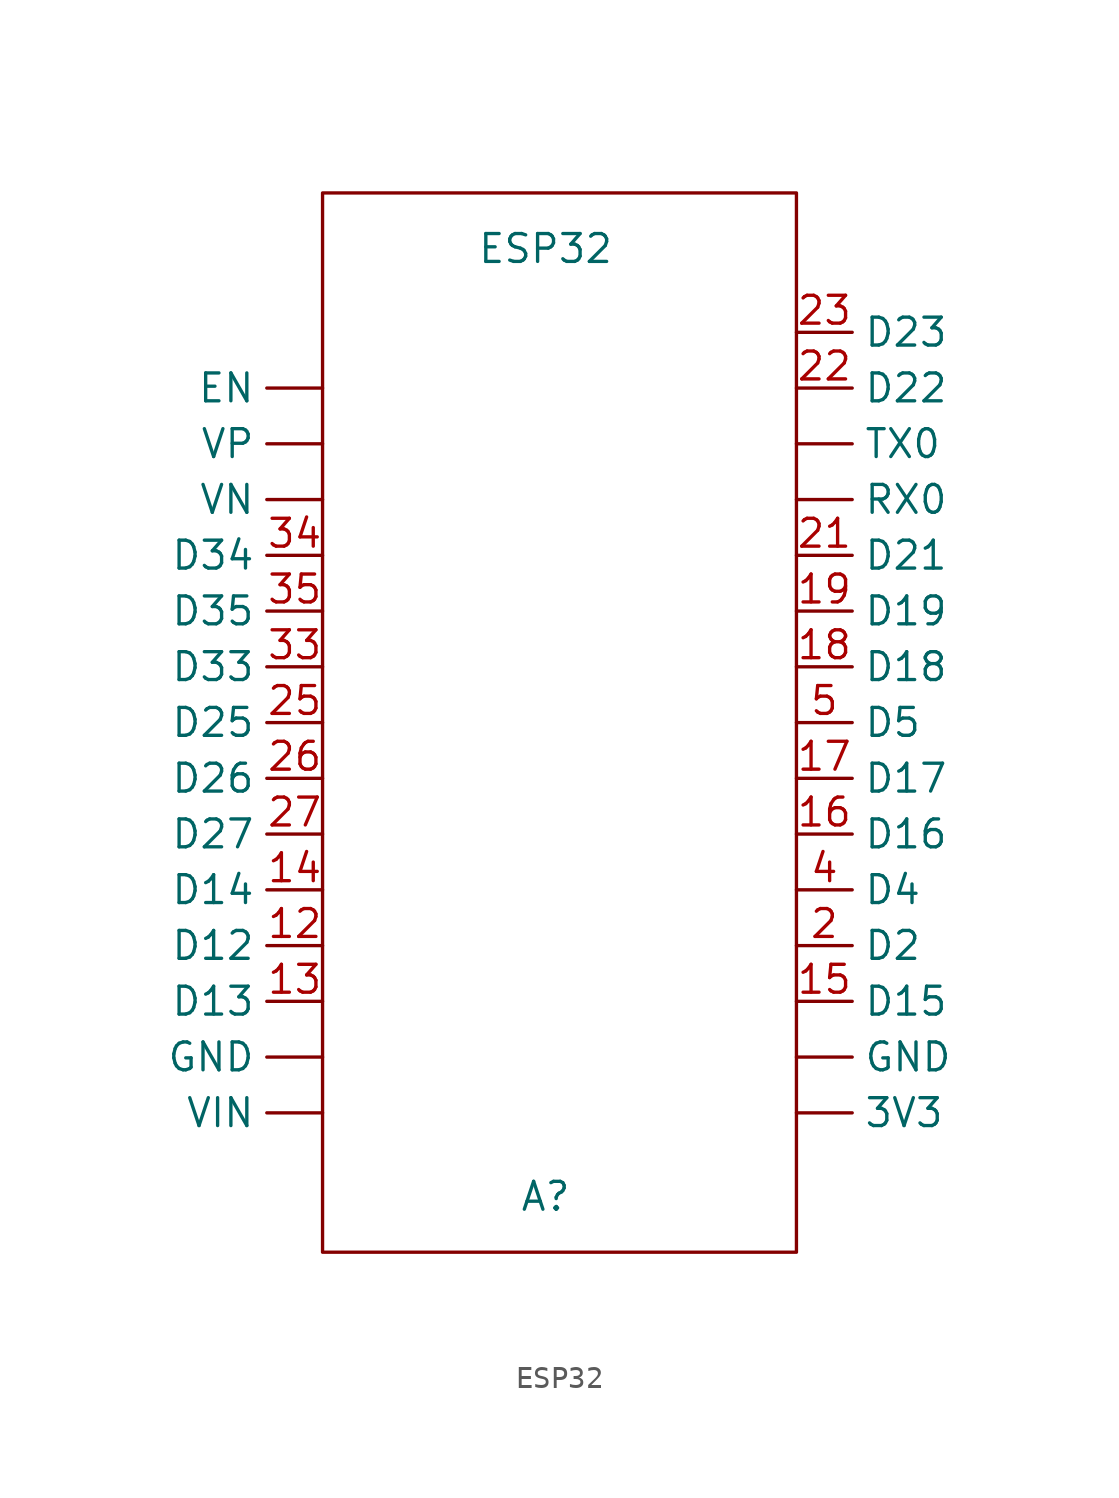
<source format=kicad_sym>
(kicad_symbol_lib
  (version 20211014)
  (generator kicad_symbol_editor)
  (symbol "ESP32"
    (property "Reference" "A"
      (at 0 -12.7 0)
      (effects (font (size 1.27 1.27))))
    (property "Value" "ESP32"
      (at 0 30.48 0)
      (effects (font (size 1.27 1.27))))
    (symbol "ESP32_0_1"
      (rectangle (start -10.16 33.02) (end 11.43 -15.24) (stroke (width 0) (type default) (color 0 0 0 0)) (fill (type none))))
    (symbol "ESP32_1_1"
      (pin output line (at 11.43 -8.89 0) (length 2.54) (name "3V3" (effects (font (size 1.27 1.27)))) (number "" (effects (font (size 1.27 1.27)))))
      (pin input line (at -10.16 24.13 180) (length 2.54) (name "EN" (effects (font (size 1.27 1.27)))) (number "" (effects (font (size 1.27 1.27)))))
      (pin bidirectional line (at -10.16 -6.35 180) (length 2.54) (name "GND" (effects (font (size 1.27 1.27)))) (number "" (effects (font (size 1.27 1.27)))))
      (pin bidirectional line (at 11.43 -6.35 0) (length 2.54) (name "GND" (effects (font (size 1.27 1.27)))) (number "" (effects (font (size 1.27 1.27)))))
      (pin input line (at 11.43 19.05 0) (length 2.54) (name "RX0" (effects (font (size 1.27 1.27)))) (number "" (effects (font (size 1.27 1.27)))))
      (pin output line (at 11.43 21.59 0) (length 2.54) (name "TX0" (effects (font (size 1.27 1.27)))) (number "" (effects (font (size 1.27 1.27)))))
      (pin bidirectional line (at -10.16 -8.89 180) (length 2.54) (name "VIN" (effects (font (size 1.27 1.27)))) (number "" (effects (font (size 1.27 1.27)))))
      (pin input line (at -10.16 19.05 180) (length 2.54) (name "VN" (effects (font (size 1.27 1.27)))) (number "" (effects (font (size 1.27 1.27)))))
      (pin input line (at -10.16 21.59 180) (length 2.54) (name "VP" (effects (font (size 1.27 1.27)))) (number "" (effects (font (size 1.27 1.27)))))
      (pin input line (at -10.16 -1.27 180) (length 2.54) (name "D12" (effects (font (size 1.27 1.27)))) (number "12" (effects (font (size 1.27 1.27)))))
      (pin input line (at -10.16 -3.81 180) (length 2.54) (name "D13" (effects (font (size 1.27 1.27)))) (number "13" (effects (font (size 1.27 1.27)))))
      (pin input line (at -10.16 1.27 180) (length 2.54) (name "D14" (effects (font (size 1.27 1.27)))) (number "14" (effects (font (size 1.27 1.27)))))
      (pin bidirectional line (at 11.43 -3.81 0) (length 2.54) (name "D15" (effects (font (size 1.27 1.27)))) (number "15" (effects (font (size 1.27 1.27)))))
      (pin bidirectional line (at 11.43 3.81 0) (length 2.54) (name "D16" (effects (font (size 1.27 1.27)))) (number "16" (effects (font (size 1.27 1.27)))))
      (pin bidirectional line (at 11.43 6.35 0) (length 2.54) (name "D17" (effects (font (size 1.27 1.27)))) (number "17" (effects (font (size 1.27 1.27)))))
      (pin bidirectional line (at 11.43 11.43 0) (length 2.54) (name "D18" (effects (font (size 1.27 1.27)))) (number "18" (effects (font (size 1.27 1.27)))))
      (pin bidirectional line (at 11.43 13.97 0) (length 2.54) (name "D19" (effects (font (size 1.27 1.27)))) (number "19" (effects (font (size 1.27 1.27)))))
      (pin bidirectional line (at 11.43 -1.27 0) (length 2.54) (name "D2" (effects (font (size 1.27 1.27)))) (number "2" (effects (font (size 1.27 1.27)))))
      (pin bidirectional line (at 11.43 16.51 0) (length 2.54) (name "D21" (effects (font (size 1.27 1.27)))) (number "21" (effects (font (size 1.27 1.27)))))
      (pin bidirectional line (at 11.43 24.13 0) (length 2.54) (name "D22" (effects (font (size 1.27 1.27)))) (number "22" (effects (font (size 1.27 1.27)))))
      (pin bidirectional line (at 11.43 26.67 0) (length 2.54) (name "D23" (effects (font (size 1.27 1.27)))) (number "23" (effects (font (size 1.27 1.27)))))
      (pin bidirectional line (at -10.16 8.89 180) (length 2.54) (name "D25" (effects (font (size 1.27 1.27)))) (number "25" (effects (font (size 1.27 1.27)))))
      (pin bidirectional line (at -10.16 6.35 180) (length 2.54) (name "D26" (effects (font (size 1.27 1.27)))) (number "26" (effects (font (size 1.27 1.27)))))
      (pin bidirectional line (at -10.16 3.81 180) (length 2.54) (name "D27" (effects (font (size 1.27 1.27)))) (number "27" (effects (font (size 1.27 1.27)))))
      (pin bidirectional line (at -10.16 11.43 180) (length 2.54) (name "D33" (effects (font (size 1.27 1.27)))) (number "33" (effects (font (size 1.27 1.27)))))
      (pin bidirectional line (at -10.16 16.51 180) (length 2.54) (name "D34" (effects (font (size 1.27 1.27)))) (number "34" (effects (font (size 1.27 1.27)))))
      (pin bidirectional line (at -10.16 13.97 180) (length 2.54) (name "D35" (effects (font (size 1.27 1.27)))) (number "35" (effects (font (size 1.27 1.27)))))
      (pin bidirectional line (at 11.43 1.27 0) (length 2.54) (name "D4" (effects (font (size 1.27 1.27)))) (number "4" (effects (font (size 1.27 1.27)))))
      (pin bidirectional line (at 11.43 8.89 0) (length 2.54) (name "D5" (effects (font (size 1.27 1.27)))) (number "5" (effects (font (size 1.27 1.27))))))))
</source>
